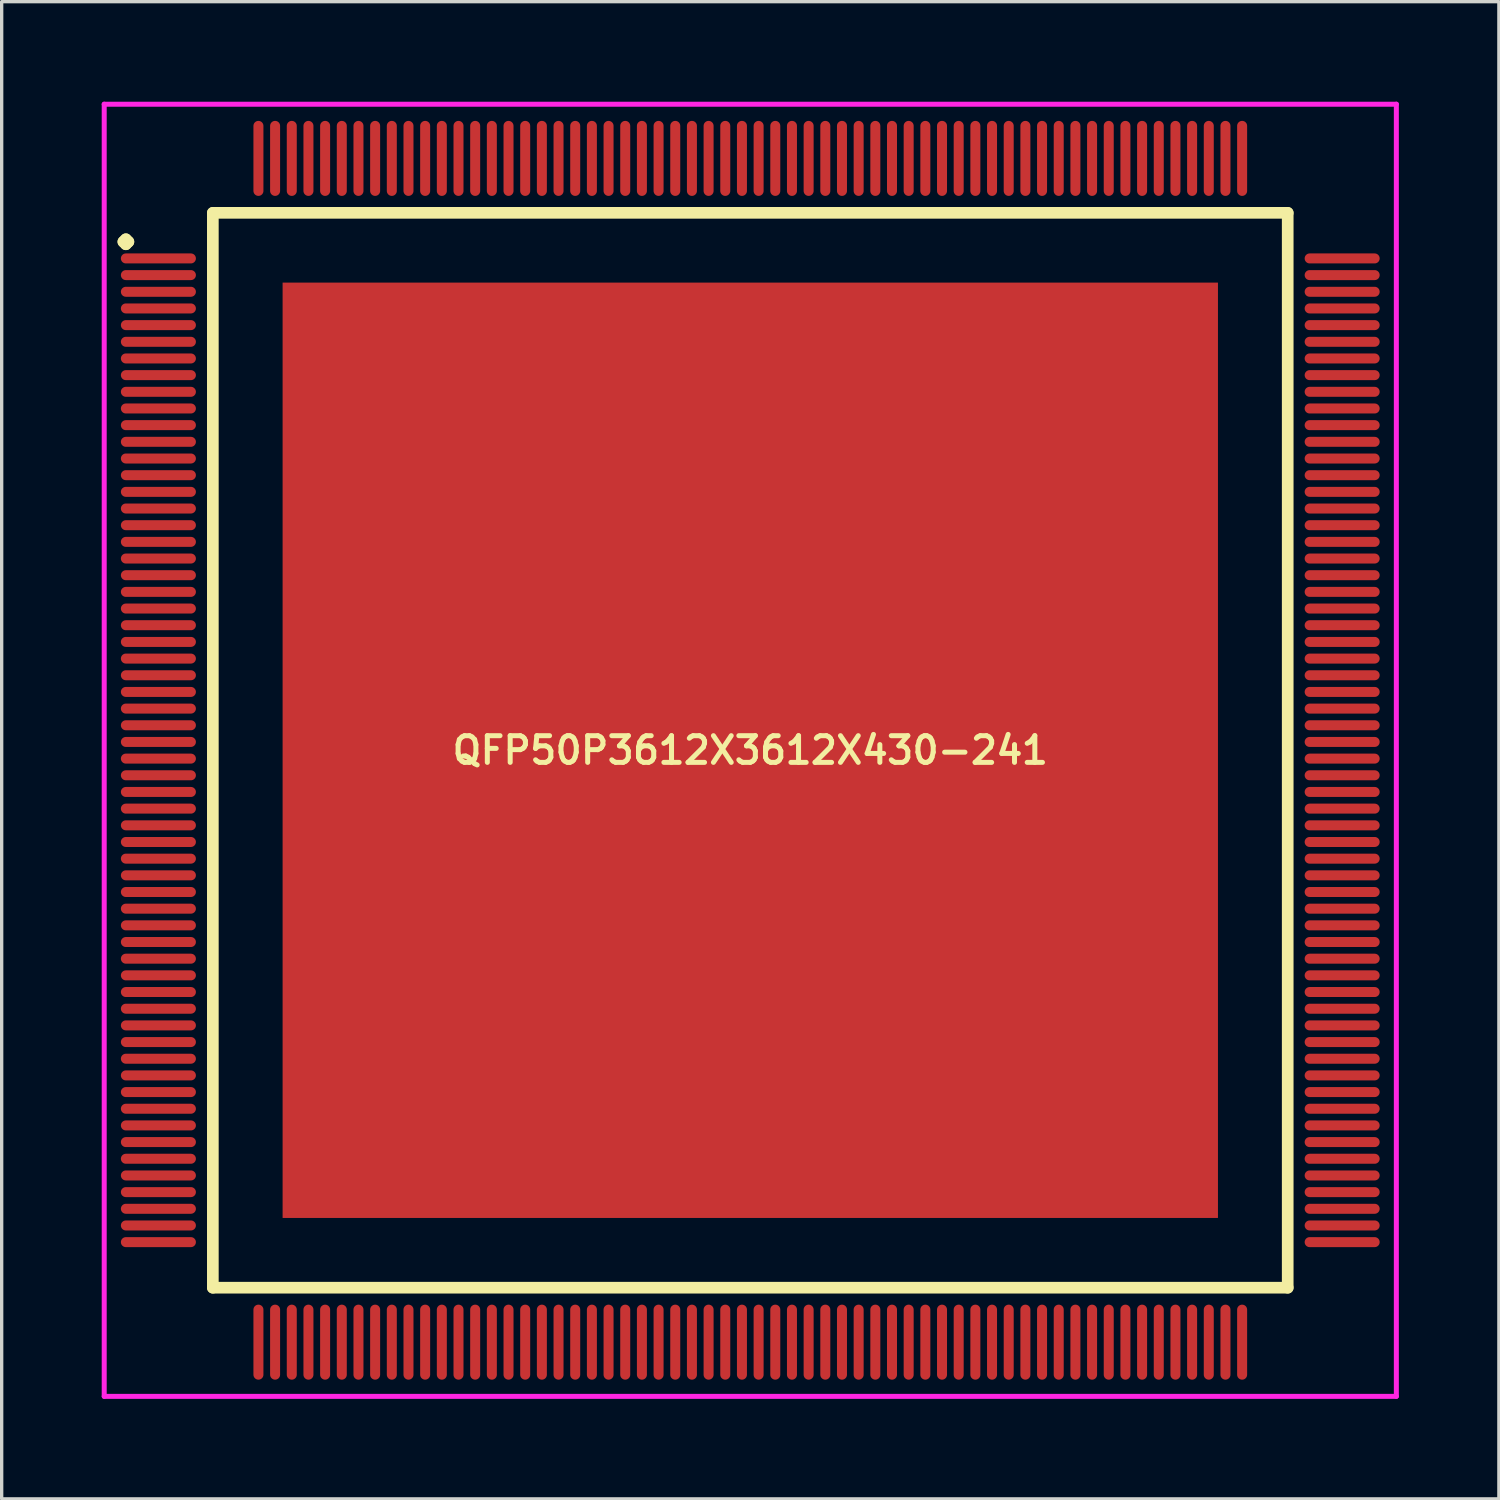
<source format=kicad_pcb>
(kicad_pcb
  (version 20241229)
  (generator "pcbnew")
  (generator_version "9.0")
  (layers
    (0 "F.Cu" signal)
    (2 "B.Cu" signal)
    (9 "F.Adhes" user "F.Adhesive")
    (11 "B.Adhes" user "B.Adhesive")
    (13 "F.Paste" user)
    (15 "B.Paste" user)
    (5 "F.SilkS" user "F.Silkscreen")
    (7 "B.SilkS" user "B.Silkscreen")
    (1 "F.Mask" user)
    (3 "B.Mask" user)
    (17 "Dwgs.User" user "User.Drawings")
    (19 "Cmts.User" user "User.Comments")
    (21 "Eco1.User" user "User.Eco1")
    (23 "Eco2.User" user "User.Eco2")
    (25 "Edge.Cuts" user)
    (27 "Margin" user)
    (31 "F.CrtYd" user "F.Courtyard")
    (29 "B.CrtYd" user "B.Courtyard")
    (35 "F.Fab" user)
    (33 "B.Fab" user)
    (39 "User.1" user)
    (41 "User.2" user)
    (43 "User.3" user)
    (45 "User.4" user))
  (footprint "QFP50P3612X3612X430-241"
    (layer "F.Cu")
    (at 19.45 19.45)
    (property "Reference" "QFP50P3612X3612X430-241" (at 0 0 0) (layer "F.SilkS") (effects (font (size 0.8 0.8) (thickness 0.15))))
    (attr smd)
    (fp_line (start -18.8 -15.25) (end -18.725 -15.325) (stroke (width 0.35) (type solid)) (layer "F.SilkS"))
    (fp_line (start -18.725 -15.325) (end -18.65 -15.25) (stroke (width 0.35) (type solid)) (layer "F.SilkS"))
    (fp_line (start -18.725 -15.175) (end -18.8 -15.25) (stroke (width 0.35) (type solid)) (layer "F.SilkS"))
    (fp_line (start -18.65 -15.25) (end -18.725 -15.175) (stroke (width 0.35) (type solid)) (layer "F.SilkS"))
    (fp_line (start -16.117 -16.117) (end -16.117 16.117) (stroke (width 0.35) (type solid)) (layer "F.SilkS"))
    (fp_line (start -16.117 16.117) (end 16.117 16.117) (stroke (width 0.35) (type solid)) (layer "F.SilkS"))
    (fp_line (start 16.117 -16.117) (end -16.117 -16.117) (stroke (width 0.35) (type solid)) (layer "F.SilkS"))
    (fp_line (start 16.117 16.117) (end 16.117 -16.117) (stroke (width 0.35) (type solid)) (layer "F.SilkS"))
    (fp_line (start -19.375 -19.375) (end 19.375 -19.375) (stroke (width 0.15) (type solid)) (layer "F.CrtYd"))
    (fp_line (start -19.375 19.375) (end -19.375 -19.375) (stroke (width 0.15) (type solid)) (layer "F.CrtYd"))
    (fp_line (start 19.375 -19.375) (end 19.375 19.375) (stroke (width 0.15) (type solid)) (layer "F.CrtYd"))
    (fp_line (start 19.375 19.375) (end -19.375 19.375) (stroke (width 0.15) (type solid)) (layer "F.CrtYd"))
    (pad "1" smd oval (at -17.75 -14.75) (size 2.25 0.3) (layers "F.Cu" "F.Mask" "F.Paste"))
    (pad "2" smd oval (at -17.75 -14.25) (size 2.25 0.3) (layers "F.Cu" "F.Mask" "F.Paste"))
    (pad "3" smd oval (at -17.75 -13.75) (size 2.25 0.3) (layers "F.Cu" "F.Mask" "F.Paste"))
    (pad "4" smd oval (at -17.75 -13.25) (size 2.25 0.3) (layers "F.Cu" "F.Mask" "F.Paste"))
    (pad "5" smd oval (at -17.75 -12.75) (size 2.25 0.3) (layers "F.Cu" "F.Mask" "F.Paste"))
    (pad "6" smd oval (at -17.75 -12.25) (size 2.25 0.3) (layers "F.Cu" "F.Mask" "F.Paste"))
    (pad "7" smd oval (at -17.75 -11.75) (size 2.25 0.3) (layers "F.Cu" "F.Mask" "F.Paste"))
    (pad "8" smd oval (at -17.75 -11.25) (size 2.25 0.3) (layers "F.Cu" "F.Mask" "F.Paste"))
    (pad "9" smd oval (at -17.75 -10.75) (size 2.25 0.3) (layers "F.Cu" "F.Mask" "F.Paste"))
    (pad "10" smd oval (at -17.75 -10.25) (size 2.25 0.3) (layers "F.Cu" "F.Mask" "F.Paste"))
    (pad "11" smd oval (at -17.75 -9.75) (size 2.25 0.3) (layers "F.Cu" "F.Mask" "F.Paste"))
    (pad "12" smd oval (at -17.75 -9.25) (size 2.25 0.3) (layers "F.Cu" "F.Mask" "F.Paste"))
    (pad "13" smd oval (at -17.75 -8.75) (size 2.25 0.3) (layers "F.Cu" "F.Mask" "F.Paste"))
    (pad "14" smd oval (at -17.75 -8.25) (size 2.25 0.3) (layers "F.Cu" "F.Mask" "F.Paste"))
    (pad "15" smd oval (at -17.75 -7.75) (size 2.25 0.3) (layers "F.Cu" "F.Mask" "F.Paste"))
    (pad "16" smd oval (at -17.75 -7.25) (size 2.25 0.3) (layers "F.Cu" "F.Mask" "F.Paste"))
    (pad "17" smd oval (at -17.75 -6.75) (size 2.25 0.3) (layers "F.Cu" "F.Mask" "F.Paste"))
    (pad "18" smd oval (at -17.75 -6.25) (size 2.25 0.3) (layers "F.Cu" "F.Mask" "F.Paste"))
    (pad "19" smd oval (at -17.75 -5.75) (size 2.25 0.3) (layers "F.Cu" "F.Mask" "F.Paste"))
    (pad "20" smd oval (at -17.75 -5.25) (size 2.25 0.3) (layers "F.Cu" "F.Mask" "F.Paste"))
    (pad "21" smd oval (at -17.75 -4.75) (size 2.25 0.3) (layers "F.Cu" "F.Mask" "F.Paste"))
    (pad "22" smd oval (at -17.75 -4.25) (size 2.25 0.3) (layers "F.Cu" "F.Mask" "F.Paste"))
    (pad "23" smd oval (at -17.75 -3.75) (size 2.25 0.3) (layers "F.Cu" "F.Mask" "F.Paste"))
    (pad "24" smd oval (at -17.75 -3.25) (size 2.25 0.3) (layers "F.Cu" "F.Mask" "F.Paste"))
    (pad "25" smd oval (at -17.75 -2.75) (size 2.25 0.3) (layers "F.Cu" "F.Mask" "F.Paste"))
    (pad "26" smd oval (at -17.75 -2.25) (size 2.25 0.3) (layers "F.Cu" "F.Mask" "F.Paste"))
    (pad "27" smd oval (at -17.75 -1.75) (size 2.25 0.3) (layers "F.Cu" "F.Mask" "F.Paste"))
    (pad "28" smd oval (at -17.75 -1.25) (size 2.25 0.3) (layers "F.Cu" "F.Mask" "F.Paste"))
    (pad "29" smd oval (at -17.75 -0.75) (size 2.25 0.3) (layers "F.Cu" "F.Mask" "F.Paste"))
    (pad "30" smd oval (at -17.75 -0.25) (size 2.25 0.3) (layers "F.Cu" "F.Mask" "F.Paste"))
    (pad "31" smd oval (at -17.75 0.25) (size 2.25 0.3) (layers "F.Cu" "F.Mask" "F.Paste"))
    (pad "32" smd oval (at -17.75 0.75) (size 2.25 0.3) (layers "F.Cu" "F.Mask" "F.Paste"))
    (pad "33" smd oval (at -17.75 1.25) (size 2.25 0.3) (layers "F.Cu" "F.Mask" "F.Paste"))
    (pad "34" smd oval (at -17.75 1.75) (size 2.25 0.3) (layers "F.Cu" "F.Mask" "F.Paste"))
    (pad "35" smd oval (at -17.75 2.25) (size 2.25 0.3) (layers "F.Cu" "F.Mask" "F.Paste"))
    (pad "36" smd oval (at -17.75 2.75) (size 2.25 0.3) (layers "F.Cu" "F.Mask" "F.Paste"))
    (pad "37" smd oval (at -17.75 3.25) (size 2.25 0.3) (layers "F.Cu" "F.Mask" "F.Paste"))
    (pad "38" smd oval (at -17.75 3.75) (size 2.25 0.3) (layers "F.Cu" "F.Mask" "F.Paste"))
    (pad "39" smd oval (at -17.75 4.25) (size 2.25 0.3) (layers "F.Cu" "F.Mask" "F.Paste"))
    (pad "40" smd oval (at -17.75 4.75) (size 2.25 0.3) (layers "F.Cu" "F.Mask" "F.Paste"))
    (pad "41" smd oval (at -17.75 5.25) (size 2.25 0.3) (layers "F.Cu" "F.Mask" "F.Paste"))
    (pad "42" smd oval (at -17.75 5.75) (size 2.25 0.3) (layers "F.Cu" "F.Mask" "F.Paste"))
    (pad "43" smd oval (at -17.75 6.25) (size 2.25 0.3) (layers "F.Cu" "F.Mask" "F.Paste"))
    (pad "44" smd oval (at -17.75 6.75) (size 2.25 0.3) (layers "F.Cu" "F.Mask" "F.Paste"))
    (pad "45" smd oval (at -17.75 7.25) (size 2.25 0.3) (layers "F.Cu" "F.Mask" "F.Paste"))
    (pad "46" smd oval (at -17.75 7.75) (size 2.25 0.3) (layers "F.Cu" "F.Mask" "F.Paste"))
    (pad "47" smd oval (at -17.75 8.25) (size 2.25 0.3) (layers "F.Cu" "F.Mask" "F.Paste"))
    (pad "48" smd oval (at -17.75 8.75) (size 2.25 0.3) (layers "F.Cu" "F.Mask" "F.Paste"))
    (pad "49" smd oval (at -17.75 9.25) (size 2.25 0.3) (layers "F.Cu" "F.Mask" "F.Paste"))
    (pad "50" smd oval (at -17.75 9.75) (size 2.25 0.3) (layers "F.Cu" "F.Mask" "F.Paste"))
    (pad "51" smd oval (at -17.75 10.25) (size 2.25 0.3) (layers "F.Cu" "F.Mask" "F.Paste"))
    (pad "52" smd oval (at -17.75 10.75) (size 2.25 0.3) (layers "F.Cu" "F.Mask" "F.Paste"))
    (pad "53" smd oval (at -17.75 11.25) (size 2.25 0.3) (layers "F.Cu" "F.Mask" "F.Paste"))
    (pad "54" smd oval (at -17.75 11.75) (size 2.25 0.3) (layers "F.Cu" "F.Mask" "F.Paste"))
    (pad "55" smd oval (at -17.75 12.25) (size 2.25 0.3) (layers "F.Cu" "F.Mask" "F.Paste"))
    (pad "56" smd oval (at -17.75 12.75) (size 2.25 0.3) (layers "F.Cu" "F.Mask" "F.Paste"))
    (pad "57" smd oval (at -17.75 13.25) (size 2.25 0.3) (layers "F.Cu" "F.Mask" "F.Paste"))
    (pad "58" smd oval (at -17.75 13.75) (size 2.25 0.3) (layers "F.Cu" "F.Mask" "F.Paste"))
    (pad "59" smd oval (at -17.75 14.25) (size 2.25 0.3) (layers "F.Cu" "F.Mask" "F.Paste"))
    (pad "60" smd oval (at -17.75 14.75) (size 2.25 0.3) (layers "F.Cu" "F.Mask" "F.Paste"))
    (pad "61" smd oval (at -14.75 17.75) (size 0.3 2.25) (layers "F.Cu" "F.Mask" "F.Paste"))
    (pad "62" smd oval (at -14.25 17.75) (size 0.3 2.25) (layers "F.Cu" "F.Mask" "F.Paste"))
    (pad "63" smd oval (at -13.75 17.75) (size 0.3 2.25) (layers "F.Cu" "F.Mask" "F.Paste"))
    (pad "64" smd oval (at -13.25 17.75) (size 0.3 2.25) (layers "F.Cu" "F.Mask" "F.Paste"))
    (pad "65" smd oval (at -12.75 17.75) (size 0.3 2.25) (layers "F.Cu" "F.Mask" "F.Paste"))
    (pad "66" smd oval (at -12.25 17.75) (size 0.3 2.25) (layers "F.Cu" "F.Mask" "F.Paste"))
    (pad "67" smd oval (at -11.75 17.75) (size 0.3 2.25) (layers "F.Cu" "F.Mask" "F.Paste"))
    (pad "68" smd oval (at -11.25 17.75) (size 0.3 2.25) (layers "F.Cu" "F.Mask" "F.Paste"))
    (pad "69" smd oval (at -10.75 17.75) (size 0.3 2.25) (layers "F.Cu" "F.Mask" "F.Paste"))
    (pad "70" smd oval (at -10.25 17.75) (size 0.3 2.25) (layers "F.Cu" "F.Mask" "F.Paste"))
    (pad "71" smd oval (at -9.75 17.75) (size 0.3 2.25) (layers "F.Cu" "F.Mask" "F.Paste"))
    (pad "72" smd oval (at -9.25 17.75) (size 0.3 2.25) (layers "F.Cu" "F.Mask" "F.Paste"))
    (pad "73" smd oval (at -8.75 17.75) (size 0.3 2.25) (layers "F.Cu" "F.Mask" "F.Paste"))
    (pad "74" smd oval (at -8.25 17.75) (size 0.3 2.25) (layers "F.Cu" "F.Mask" "F.Paste"))
    (pad "75" smd oval (at -7.75 17.75) (size 0.3 2.25) (layers "F.Cu" "F.Mask" "F.Paste"))
    (pad "76" smd oval (at -7.25 17.75) (size 0.3 2.25) (layers "F.Cu" "F.Mask" "F.Paste"))
    (pad "77" smd oval (at -6.75 17.75) (size 0.3 2.25) (layers "F.Cu" "F.Mask" "F.Paste"))
    (pad "78" smd oval (at -6.25 17.75) (size 0.3 2.25) (layers "F.Cu" "F.Mask" "F.Paste"))
    (pad "79" smd oval (at -5.75 17.75) (size 0.3 2.25) (layers "F.Cu" "F.Mask" "F.Paste"))
    (pad "80" smd oval (at -5.25 17.75) (size 0.3 2.25) (layers "F.Cu" "F.Mask" "F.Paste"))
    (pad "81" smd oval (at -4.75 17.75) (size 0.3 2.25) (layers "F.Cu" "F.Mask" "F.Paste"))
    (pad "82" smd oval (at -4.25 17.75) (size 0.3 2.25) (layers "F.Cu" "F.Mask" "F.Paste"))
    (pad "83" smd oval (at -3.75 17.75) (size 0.3 2.25) (layers "F.Cu" "F.Mask" "F.Paste"))
    (pad "84" smd oval (at -3.25 17.75) (size 0.3 2.25) (layers "F.Cu" "F.Mask" "F.Paste"))
    (pad "85" smd oval (at -2.75 17.75) (size 0.3 2.25) (layers "F.Cu" "F.Mask" "F.Paste"))
    (pad "86" smd oval (at -2.25 17.75) (size 0.3 2.25) (layers "F.Cu" "F.Mask" "F.Paste"))
    (pad "87" smd oval (at -1.75 17.75) (size 0.3 2.25) (layers "F.Cu" "F.Mask" "F.Paste"))
    (pad "88" smd oval (at -1.25 17.75) (size 0.3 2.25) (layers "F.Cu" "F.Mask" "F.Paste"))
    (pad "89" smd oval (at -0.75 17.75) (size 0.3 2.25) (layers "F.Cu" "F.Mask" "F.Paste"))
    (pad "90" smd oval (at -0.25 17.75) (size 0.3 2.25) (layers "F.Cu" "F.Mask" "F.Paste"))
    (pad "91" smd oval (at 0.25 17.75) (size 0.3 2.25) (layers "F.Cu" "F.Mask" "F.Paste"))
    (pad "92" smd oval (at 0.75 17.75) (size 0.3 2.25) (layers "F.Cu" "F.Mask" "F.Paste"))
    (pad "93" smd oval (at 1.25 17.75) (size 0.3 2.25) (layers "F.Cu" "F.Mask" "F.Paste"))
    (pad "94" smd oval (at 1.75 17.75) (size 0.3 2.25) (layers "F.Cu" "F.Mask" "F.Paste"))
    (pad "95" smd oval (at 2.25 17.75) (size 0.3 2.25) (layers "F.Cu" "F.Mask" "F.Paste"))
    (pad "96" smd oval (at 2.75 17.75) (size 0.3 2.25) (layers "F.Cu" "F.Mask" "F.Paste"))
    (pad "97" smd oval (at 3.25 17.75) (size 0.3 2.25) (layers "F.Cu" "F.Mask" "F.Paste"))
    (pad "98" smd oval (at 3.75 17.75) (size 0.3 2.25) (layers "F.Cu" "F.Mask" "F.Paste"))
    (pad "99" smd oval (at 4.25 17.75) (size 0.3 2.25) (layers "F.Cu" "F.Mask" "F.Paste"))
    (pad "100" smd oval (at 4.75 17.75) (size 0.3 2.25) (layers "F.Cu" "F.Mask" "F.Paste"))
    (pad "101" smd oval (at 5.25 17.75) (size 0.3 2.25) (layers "F.Cu" "F.Mask" "F.Paste"))
    (pad "102" smd oval (at 5.75 17.75) (size 0.3 2.25) (layers "F.Cu" "F.Mask" "F.Paste"))
    (pad "103" smd oval (at 6.25 17.75) (size 0.3 2.25) (layers "F.Cu" "F.Mask" "F.Paste"))
    (pad "104" smd oval (at 6.75 17.75) (size 0.3 2.25) (layers "F.Cu" "F.Mask" "F.Paste"))
    (pad "105" smd oval (at 7.25 17.75) (size 0.3 2.25) (layers "F.Cu" "F.Mask" "F.Paste"))
    (pad "106" smd oval (at 7.75 17.75) (size 0.3 2.25) (layers "F.Cu" "F.Mask" "F.Paste"))
    (pad "107" smd oval (at 8.25 17.75) (size 0.3 2.25) (layers "F.Cu" "F.Mask" "F.Paste"))
    (pad "108" smd oval (at 8.75 17.75) (size 0.3 2.25) (layers "F.Cu" "F.Mask" "F.Paste"))
    (pad "109" smd oval (at 9.25 17.75) (size 0.3 2.25) (layers "F.Cu" "F.Mask" "F.Paste"))
    (pad "110" smd oval (at 9.75 17.75) (size 0.3 2.25) (layers "F.Cu" "F.Mask" "F.Paste"))
    (pad "111" smd oval (at 10.25 17.75) (size 0.3 2.25) (layers "F.Cu" "F.Mask" "F.Paste"))
    (pad "112" smd oval (at 10.75 17.75) (size 0.3 2.25) (layers "F.Cu" "F.Mask" "F.Paste"))
    (pad "113" smd oval (at 11.25 17.75) (size 0.3 2.25) (layers "F.Cu" "F.Mask" "F.Paste"))
    (pad "114" smd oval (at 11.75 17.75) (size 0.3 2.25) (layers "F.Cu" "F.Mask" "F.Paste"))
    (pad "115" smd oval (at 12.25 17.75) (size 0.3 2.25) (layers "F.Cu" "F.Mask" "F.Paste"))
    (pad "116" smd oval (at 12.75 17.75) (size 0.3 2.25) (layers "F.Cu" "F.Mask" "F.Paste"))
    (pad "117" smd oval (at 13.25 17.75) (size 0.3 2.25) (layers "F.Cu" "F.Mask" "F.Paste"))
    (pad "118" smd oval (at 13.75 17.75) (size 0.3 2.25) (layers "F.Cu" "F.Mask" "F.Paste"))
    (pad "119" smd oval (at 14.25 17.75) (size 0.3 2.25) (layers "F.Cu" "F.Mask" "F.Paste"))
    (pad "120" smd oval (at 14.75 17.75) (size 0.3 2.25) (layers "F.Cu" "F.Mask" "F.Paste"))
    (pad "121" smd oval (at 17.75 14.75) (size 2.25 0.3) (layers "F.Cu" "F.Mask" "F.Paste"))
    (pad "122" smd oval (at 17.75 14.25) (size 2.25 0.3) (layers "F.Cu" "F.Mask" "F.Paste"))
    (pad "123" smd oval (at 17.75 13.75) (size 2.25 0.3) (layers "F.Cu" "F.Mask" "F.Paste"))
    (pad "124" smd oval (at 17.75 13.25) (size 2.25 0.3) (layers "F.Cu" "F.Mask" "F.Paste"))
    (pad "125" smd oval (at 17.75 12.75) (size 2.25 0.3) (layers "F.Cu" "F.Mask" "F.Paste"))
    (pad "126" smd oval (at 17.75 12.25) (size 2.25 0.3) (layers "F.Cu" "F.Mask" "F.Paste"))
    (pad "127" smd oval (at 17.75 11.75) (size 2.25 0.3) (layers "F.Cu" "F.Mask" "F.Paste"))
    (pad "128" smd oval (at 17.75 11.25) (size 2.25 0.3) (layers "F.Cu" "F.Mask" "F.Paste"))
    (pad "129" smd oval (at 17.75 10.75) (size 2.25 0.3) (layers "F.Cu" "F.Mask" "F.Paste"))
    (pad "130" smd oval (at 17.75 10.25) (size 2.25 0.3) (layers "F.Cu" "F.Mask" "F.Paste"))
    (pad "131" smd oval (at 17.75 9.75) (size 2.25 0.3) (layers "F.Cu" "F.Mask" "F.Paste"))
    (pad "132" smd oval (at 17.75 9.25) (size 2.25 0.3) (layers "F.Cu" "F.Mask" "F.Paste"))
    (pad "133" smd oval (at 17.75 8.75) (size 2.25 0.3) (layers "F.Cu" "F.Mask" "F.Paste"))
    (pad "134" smd oval (at 17.75 8.25) (size 2.25 0.3) (layers "F.Cu" "F.Mask" "F.Paste"))
    (pad "135" smd oval (at 17.75 7.75) (size 2.25 0.3) (layers "F.Cu" "F.Mask" "F.Paste"))
    (pad "136" smd oval (at 17.75 7.25) (size 2.25 0.3) (layers "F.Cu" "F.Mask" "F.Paste"))
    (pad "137" smd oval (at 17.75 6.75) (size 2.25 0.3) (layers "F.Cu" "F.Mask" "F.Paste"))
    (pad "138" smd oval (at 17.75 6.25) (size 2.25 0.3) (layers "F.Cu" "F.Mask" "F.Paste"))
    (pad "139" smd oval (at 17.75 5.75) (size 2.25 0.3) (layers "F.Cu" "F.Mask" "F.Paste"))
    (pad "140" smd oval (at 17.75 5.25) (size 2.25 0.3) (layers "F.Cu" "F.Mask" "F.Paste"))
    (pad "141" smd oval (at 17.75 4.75) (size 2.25 0.3) (layers "F.Cu" "F.Mask" "F.Paste"))
    (pad "142" smd oval (at 17.75 4.25) (size 2.25 0.3) (layers "F.Cu" "F.Mask" "F.Paste"))
    (pad "143" smd oval (at 17.75 3.75) (size 2.25 0.3) (layers "F.Cu" "F.Mask" "F.Paste"))
    (pad "144" smd oval (at 17.75 3.25) (size 2.25 0.3) (layers "F.Cu" "F.Mask" "F.Paste"))
    (pad "145" smd oval (at 17.75 2.75) (size 2.25 0.3) (layers "F.Cu" "F.Mask" "F.Paste"))
    (pad "146" smd oval (at 17.75 2.25) (size 2.25 0.3) (layers "F.Cu" "F.Mask" "F.Paste"))
    (pad "147" smd oval (at 17.75 1.75) (size 2.25 0.3) (layers "F.Cu" "F.Mask" "F.Paste"))
    (pad "148" smd oval (at 17.75 1.25) (size 2.25 0.3) (layers "F.Cu" "F.Mask" "F.Paste"))
    (pad "149" smd oval (at 17.75 0.75) (size 2.25 0.3) (layers "F.Cu" "F.Mask" "F.Paste"))
    (pad "150" smd oval (at 17.75 0.25) (size 2.25 0.3) (layers "F.Cu" "F.Mask" "F.Paste"))
    (pad "151" smd oval (at 17.75 -0.25) (size 2.25 0.3) (layers "F.Cu" "F.Mask" "F.Paste"))
    (pad "152" smd oval (at 17.75 -0.75) (size 2.25 0.3) (layers "F.Cu" "F.Mask" "F.Paste"))
    (pad "153" smd oval (at 17.75 -1.25) (size 2.25 0.3) (layers "F.Cu" "F.Mask" "F.Paste"))
    (pad "154" smd oval (at 17.75 -1.75) (size 2.25 0.3) (layers "F.Cu" "F.Mask" "F.Paste"))
    (pad "155" smd oval (at 17.75 -2.25) (size 2.25 0.3) (layers "F.Cu" "F.Mask" "F.Paste"))
    (pad "156" smd oval (at 17.75 -2.75) (size 2.25 0.3) (layers "F.Cu" "F.Mask" "F.Paste"))
    (pad "157" smd oval (at 17.75 -3.25) (size 2.25 0.3) (layers "F.Cu" "F.Mask" "F.Paste"))
    (pad "158" smd oval (at 17.75 -3.75) (size 2.25 0.3) (layers "F.Cu" "F.Mask" "F.Paste"))
    (pad "159" smd oval (at 17.75 -4.25) (size 2.25 0.3) (layers "F.Cu" "F.Mask" "F.Paste"))
    (pad "160" smd oval (at 17.75 -4.75) (size 2.25 0.3) (layers "F.Cu" "F.Mask" "F.Paste"))
    (pad "161" smd oval (at 17.75 -5.25) (size 2.25 0.3) (layers "F.Cu" "F.Mask" "F.Paste"))
    (pad "162" smd oval (at 17.75 -5.75) (size 2.25 0.3) (layers "F.Cu" "F.Mask" "F.Paste"))
    (pad "163" smd oval (at 17.75 -6.25) (size 2.25 0.3) (layers "F.Cu" "F.Mask" "F.Paste"))
    (pad "164" smd oval (at 17.75 -6.75) (size 2.25 0.3) (layers "F.Cu" "F.Mask" "F.Paste"))
    (pad "165" smd oval (at 17.75 -7.25) (size 2.25 0.3) (layers "F.Cu" "F.Mask" "F.Paste"))
    (pad "166" smd oval (at 17.75 -7.75) (size 2.25 0.3) (layers "F.Cu" "F.Mask" "F.Paste"))
    (pad "167" smd oval (at 17.75 -8.25) (size 2.25 0.3) (layers "F.Cu" "F.Mask" "F.Paste"))
    (pad "168" smd oval (at 17.75 -8.75) (size 2.25 0.3) (layers "F.Cu" "F.Mask" "F.Paste"))
    (pad "169" smd oval (at 17.75 -9.25) (size 2.25 0.3) (layers "F.Cu" "F.Mask" "F.Paste"))
    (pad "170" smd oval (at 17.75 -9.75) (size 2.25 0.3) (layers "F.Cu" "F.Mask" "F.Paste"))
    (pad "171" smd oval (at 17.75 -10.25) (size 2.25 0.3) (layers "F.Cu" "F.Mask" "F.Paste"))
    (pad "172" smd oval (at 17.75 -10.75) (size 2.25 0.3) (layers "F.Cu" "F.Mask" "F.Paste"))
    (pad "173" smd oval (at 17.75 -11.25) (size 2.25 0.3) (layers "F.Cu" "F.Mask" "F.Paste"))
    (pad "174" smd oval (at 17.75 -11.75) (size 2.25 0.3) (layers "F.Cu" "F.Mask" "F.Paste"))
    (pad "175" smd oval (at 17.75 -12.25) (size 2.25 0.3) (layers "F.Cu" "F.Mask" "F.Paste"))
    (pad "176" smd oval (at 17.75 -12.75) (size 2.25 0.3) (layers "F.Cu" "F.Mask" "F.Paste"))
    (pad "177" smd oval (at 17.75 -13.25) (size 2.25 0.3) (layers "F.Cu" "F.Mask" "F.Paste"))
    (pad "178" smd oval (at 17.75 -13.75) (size 2.25 0.3) (layers "F.Cu" "F.Mask" "F.Paste"))
    (pad "179" smd oval (at 17.75 -14.25) (size 2.25 0.3) (layers "F.Cu" "F.Mask" "F.Paste"))
    (pad "180" smd oval (at 17.75 -14.75) (size 2.25 0.3) (layers "F.Cu" "F.Mask" "F.Paste"))
    (pad "181" smd oval (at 14.75 -17.75) (size 0.3 2.25) (layers "F.Cu" "F.Mask" "F.Paste"))
    (pad "182" smd oval (at 14.25 -17.75) (size 0.3 2.25) (layers "F.Cu" "F.Mask" "F.Paste"))
    (pad "183" smd oval (at 13.75 -17.75) (size 0.3 2.25) (layers "F.Cu" "F.Mask" "F.Paste"))
    (pad "184" smd oval (at 13.25 -17.75) (size 0.3 2.25) (layers "F.Cu" "F.Mask" "F.Paste"))
    (pad "185" smd oval (at 12.75 -17.75) (size 0.3 2.25) (layers "F.Cu" "F.Mask" "F.Paste"))
    (pad "186" smd oval (at 12.25 -17.75) (size 0.3 2.25) (layers "F.Cu" "F.Mask" "F.Paste"))
    (pad "187" smd oval (at 11.75 -17.75) (size 0.3 2.25) (layers "F.Cu" "F.Mask" "F.Paste"))
    (pad "188" smd oval (at 11.25 -17.75) (size 0.3 2.25) (layers "F.Cu" "F.Mask" "F.Paste"))
    (pad "189" smd oval (at 10.75 -17.75) (size 0.3 2.25) (layers "F.Cu" "F.Mask" "F.Paste"))
    (pad "190" smd oval (at 10.25 -17.75) (size 0.3 2.25) (layers "F.Cu" "F.Mask" "F.Paste"))
    (pad "191" smd oval (at 9.75 -17.75) (size 0.3 2.25) (layers "F.Cu" "F.Mask" "F.Paste"))
    (pad "192" smd oval (at 9.25 -17.75) (size 0.3 2.25) (layers "F.Cu" "F.Mask" "F.Paste"))
    (pad "193" smd oval (at 8.75 -17.75) (size 0.3 2.25) (layers "F.Cu" "F.Mask" "F.Paste"))
    (pad "194" smd oval (at 8.25 -17.75) (size 0.3 2.25) (layers "F.Cu" "F.Mask" "F.Paste"))
    (pad "195" smd oval (at 7.75 -17.75) (size 0.3 2.25) (layers "F.Cu" "F.Mask" "F.Paste"))
    (pad "196" smd oval (at 7.25 -17.75) (size 0.3 2.25) (layers "F.Cu" "F.Mask" "F.Paste"))
    (pad "197" smd oval (at 6.75 -17.75) (size 0.3 2.25) (layers "F.Cu" "F.Mask" "F.Paste"))
    (pad "198" smd oval (at 6.25 -17.75) (size 0.3 2.25) (layers "F.Cu" "F.Mask" "F.Paste"))
    (pad "199" smd oval (at 5.75 -17.75) (size 0.3 2.25) (layers "F.Cu" "F.Mask" "F.Paste"))
    (pad "200" smd oval (at 5.25 -17.75) (size 0.3 2.25) (layers "F.Cu" "F.Mask" "F.Paste"))
    (pad "201" smd oval (at 4.75 -17.75) (size 0.3 2.25) (layers "F.Cu" "F.Mask" "F.Paste"))
    (pad "202" smd oval (at 4.25 -17.75) (size 0.3 2.25) (layers "F.Cu" "F.Mask" "F.Paste"))
    (pad "203" smd oval (at 3.75 -17.75) (size 0.3 2.25) (layers "F.Cu" "F.Mask" "F.Paste"))
    (pad "204" smd oval (at 3.25 -17.75) (size 0.3 2.25) (layers "F.Cu" "F.Mask" "F.Paste"))
    (pad "205" smd oval (at 2.75 -17.75) (size 0.3 2.25) (layers "F.Cu" "F.Mask" "F.Paste"))
    (pad "206" smd oval (at 2.25 -17.75) (size 0.3 2.25) (layers "F.Cu" "F.Mask" "F.Paste"))
    (pad "207" smd oval (at 1.75 -17.75) (size 0.3 2.25) (layers "F.Cu" "F.Mask" "F.Paste"))
    (pad "208" smd oval (at 1.25 -17.75) (size 0.3 2.25) (layers "F.Cu" "F.Mask" "F.Paste"))
    (pad "209" smd oval (at 0.75 -17.75) (size 0.3 2.25) (layers "F.Cu" "F.Mask" "F.Paste"))
    (pad "210" smd oval (at 0.25 -17.75) (size 0.3 2.25) (layers "F.Cu" "F.Mask" "F.Paste"))
    (pad "211" smd oval (at -0.25 -17.75) (size 0.3 2.25) (layers "F.Cu" "F.Mask" "F.Paste"))
    (pad "212" smd oval (at -0.75 -17.75) (size 0.3 2.25) (layers "F.Cu" "F.Mask" "F.Paste"))
    (pad "213" smd oval (at -1.25 -17.75) (size 0.3 2.25) (layers "F.Cu" "F.Mask" "F.Paste"))
    (pad "214" smd oval (at -1.75 -17.75) (size 0.3 2.25) (layers "F.Cu" "F.Mask" "F.Paste"))
    (pad "215" smd oval (at -2.25 -17.75) (size 0.3 2.25) (layers "F.Cu" "F.Mask" "F.Paste"))
    (pad "216" smd oval (at -2.75 -17.75) (size 0.3 2.25) (layers "F.Cu" "F.Mask" "F.Paste"))
    (pad "217" smd oval (at -3.25 -17.75) (size 0.3 2.25) (layers "F.Cu" "F.Mask" "F.Paste"))
    (pad "218" smd oval (at -3.75 -17.75) (size 0.3 2.25) (layers "F.Cu" "F.Mask" "F.Paste"))
    (pad "219" smd oval (at -4.25 -17.75) (size 0.3 2.25) (layers "F.Cu" "F.Mask" "F.Paste"))
    (pad "220" smd oval (at -4.75 -17.75) (size 0.3 2.25) (layers "F.Cu" "F.Mask" "F.Paste"))
    (pad "221" smd oval (at -5.25 -17.75) (size 0.3 2.25) (layers "F.Cu" "F.Mask" "F.Paste"))
    (pad "222" smd oval (at -5.75 -17.75) (size 0.3 2.25) (layers "F.Cu" "F.Mask" "F.Paste"))
    (pad "223" smd oval (at -6.25 -17.75) (size 0.3 2.25) (layers "F.Cu" "F.Mask" "F.Paste"))
    (pad "224" smd oval (at -6.75 -17.75) (size 0.3 2.25) (layers "F.Cu" "F.Mask" "F.Paste"))
    (pad "225" smd oval (at -7.25 -17.75) (size 0.3 2.25) (layers "F.Cu" "F.Mask" "F.Paste"))
    (pad "226" smd oval (at -7.75 -17.75) (size 0.3 2.25) (layers "F.Cu" "F.Mask" "F.Paste"))
    (pad "227" smd oval (at -8.25 -17.75) (size 0.3 2.25) (layers "F.Cu" "F.Mask" "F.Paste"))
    (pad "228" smd oval (at -8.75 -17.75) (size 0.3 2.25) (layers "F.Cu" "F.Mask" "F.Paste"))
    (pad "229" smd oval (at -9.25 -17.75) (size 0.3 2.25) (layers "F.Cu" "F.Mask" "F.Paste"))
    (pad "230" smd oval (at -9.75 -17.75) (size 0.3 2.25) (layers "F.Cu" "F.Mask" "F.Paste"))
    (pad "231" smd oval (at -10.25 -17.75) (size 0.3 2.25) (layers "F.Cu" "F.Mask" "F.Paste"))
    (pad "232" smd oval (at -10.75 -17.75) (size 0.3 2.25) (layers "F.Cu" "F.Mask" "F.Paste"))
    (pad "233" smd oval (at -11.25 -17.75) (size 0.3 2.25) (layers "F.Cu" "F.Mask" "F.Paste"))
    (pad "234" smd oval (at -11.75 -17.75) (size 0.3 2.25) (layers "F.Cu" "F.Mask" "F.Paste"))
    (pad "235" smd oval (at -12.25 -17.75) (size 0.3 2.25) (layers "F.Cu" "F.Mask" "F.Paste"))
    (pad "236" smd oval (at -12.75 -17.75) (size 0.3 2.25) (layers "F.Cu" "F.Mask" "F.Paste"))
    (pad "237" smd oval (at -13.25 -17.75) (size 0.3 2.25) (layers "F.Cu" "F.Mask" "F.Paste"))
    (pad "238" smd oval (at -13.75 -17.75) (size 0.3 2.25) (layers "F.Cu" "F.Mask" "F.Paste"))
    (pad "239" smd oval (at -14.25 -17.75) (size 0.3 2.25) (layers "F.Cu" "F.Mask" "F.Paste"))
    (pad "240" smd oval (at -14.75 -17.75) (size 0.3 2.25) (layers "F.Cu" "F.Mask" "F.Paste"))
    (pad "241" smd rect (at 0 0) (size 28.05 28.05) (layers "F.Cu" "F.Mask" "F.Paste")))
  (gr_rect
    (start -3 -3)
    (end 41.9 41.9)
    (stroke (width 0.1) (type default))
    (fill no)
    (layer "Edge.Cuts")))
</source>
